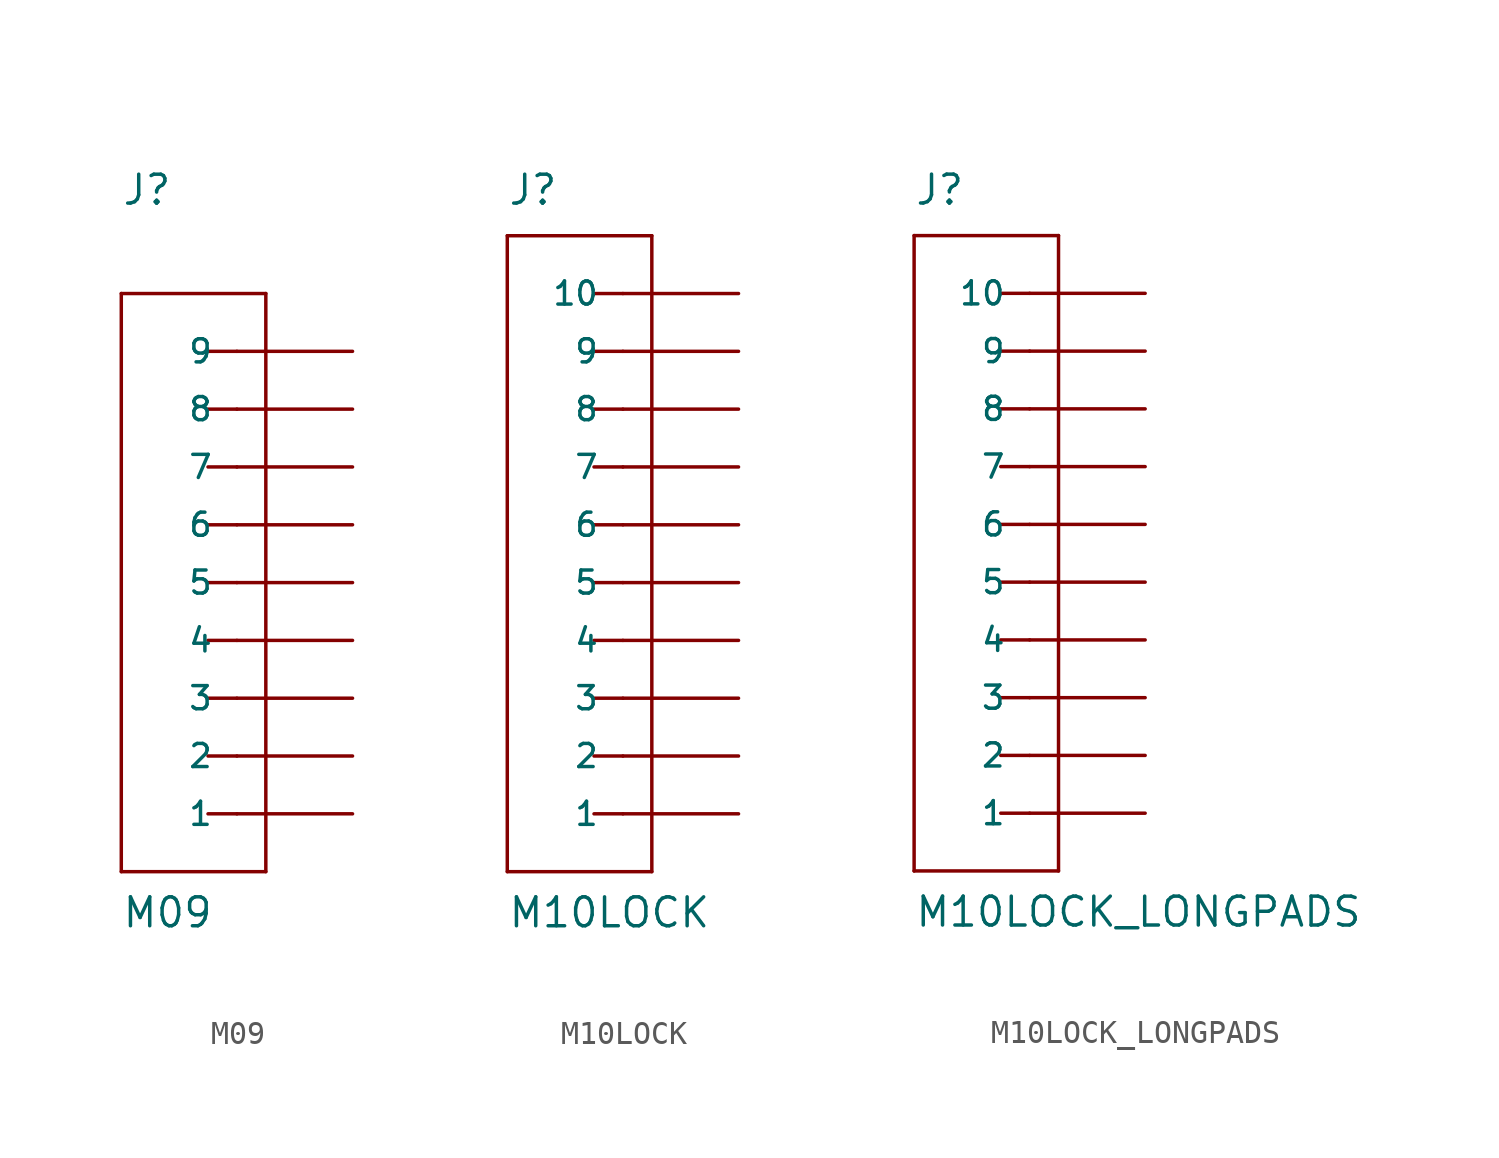
<source format=kicad_sym>
(kicad_symbol_lib
  (version 20211014)
  (generator kicad_symbol_editor)
  (symbol "M09"
    (pin_numbers hide)
    (pin_names
      (offset 1.016))
    (property "Reference" "J"
      (at 0 16.51 0)
      (effects (font (size 1.27 1.27)) (justify left bottom)))
    (property "Value" "M09"
      (at 0 -15.24 0)
      (effects (font (size 1.27 1.27)) (justify left bottom)))
    (property "Datasheet" ""
      (at 0 0 0)
      (effects (font (size 1.524 1.524))))
    (property "ki_locked" ""
      (at 0 0 0)
      (effects (font (size 1.27 1.27))))
    (symbol "M09_1_0"
      (polyline (pts (xy 0 12.7) (xy 0 -12.7)) (stroke (width 0) (type default) (color 0 0 0 0)) (fill (type none)))
      (polyline (pts (xy 0 12.7) (xy 6.35 12.7)) (stroke (width 0) (type default) (color 0 0 0 0)) (fill (type none)))
      (polyline (pts (xy 3.81 -10.16) (xy 5.08 -10.16)) (stroke (width 0) (type default) (color 0 0 0 0)) (fill (type none)))
      (polyline (pts (xy 3.81 -7.62) (xy 5.08 -7.62)) (stroke (width 0) (type default) (color 0 0 0 0)) (fill (type none)))
      (polyline (pts (xy 3.81 -5.08) (xy 5.08 -5.08)) (stroke (width 0) (type default) (color 0 0 0 0)) (fill (type none)))
      (polyline (pts (xy 3.81 -2.54) (xy 5.08 -2.54)) (stroke (width 0) (type default) (color 0 0 0 0)) (fill (type none)))
      (polyline (pts (xy 3.81 0) (xy 5.08 0)) (stroke (width 0) (type default) (color 0 0 0 0)) (fill (type none)))
      (polyline (pts (xy 3.81 2.54) (xy 5.08 2.54)) (stroke (width 0) (type default) (color 0 0 0 0)) (fill (type none)))
      (polyline (pts (xy 3.81 5.08) (xy 5.08 5.08)) (stroke (width 0) (type default) (color 0 0 0 0)) (fill (type none)))
      (polyline (pts (xy 3.81 7.62) (xy 5.08 7.62)) (stroke (width 0) (type default) (color 0 0 0 0)) (fill (type none)))
      (polyline (pts (xy 3.81 10.16) (xy 5.08 10.16)) (stroke (width 0) (type default) (color 0 0 0 0)) (fill (type none)))
      (polyline (pts (xy 6.35 -12.7) (xy 0 -12.7)) (stroke (width 0) (type default) (color 0 0 0 0)) (fill (type none)))
      (polyline (pts (xy 6.35 -12.7) (xy 6.35 12.7)) (stroke (width 0) (type default) (color 0 0 0 0)) (fill (type none))))
    (symbol "M09_1_1"
      (pin passive line (at 10.16 -10.16 180) (length 5.08) (name "1" (effects (font (size 1.016 1.016)))) (number "1" (effects (font (size 1.016 1.016)))))
      (pin passive line (at 10.16 -7.62 180) (length 5.08) (name "2" (effects (font (size 1.016 1.016)))) (number "2" (effects (font (size 1.016 1.016)))))
      (pin passive line (at 10.16 -5.08 180) (length 5.08) (name "3" (effects (font (size 1.016 1.016)))) (number "3" (effects (font (size 1.016 1.016)))))
      (pin passive line (at 10.16 -2.54 180) (length 5.08) (name "4" (effects (font (size 1.016 1.016)))) (number "4" (effects (font (size 1.016 1.016)))))
      (pin passive line (at 10.16 0 180) (length 5.08) (name "5" (effects (font (size 1.016 1.016)))) (number "5" (effects (font (size 1.016 1.016)))))
      (pin passive line (at 10.16 2.54 180) (length 5.08) (name "6" (effects (font (size 1.016 1.016)))) (number "6" (effects (font (size 1.016 1.016)))))
      (pin passive line (at 10.16 5.08 180) (length 5.08) (name "7" (effects (font (size 1.016 1.016)))) (number "7" (effects (font (size 1.016 1.016)))))
      (pin passive line (at 10.16 7.62 180) (length 5.08) (name "8" (effects (font (size 1.016 1.016)))) (number "8" (effects (font (size 1.016 1.016)))))
      (pin passive line (at 10.16 10.16 180) (length 5.08) (name "9" (effects (font (size 1.016 1.016)))) (number "9" (effects (font (size 1.016 1.016)))))))
  (symbol "M10LOCK"
    (pin_numbers hide)
    (pin_names
      (offset 1.016))
    (property "Reference" "J"
      (at 0 8.89 0)
      (effects (font (size 1.27 1.27)) (justify left bottom)))
    (property "Value" "M10LOCK"
      (at 0 -22.86 0)
      (effects (font (size 1.27 1.27)) (justify left bottom)))
    (property "Datasheet" ""
      (at 0 0 0)
      (effects (font (size 1.524 1.524))))
    (property "ki_locked" ""
      (at 0 0 0)
      (effects (font (size 1.27 1.27))))
    (symbol "M10LOCK_1_0"
      (polyline (pts (xy 0 7.62) (xy 0 -20.32)) (stroke (width 0) (type default) (color 0 0 0 0)) (fill (type none)))
      (polyline (pts (xy 0 7.62) (xy 6.35 7.62)) (stroke (width 0) (type default) (color 0 0 0 0)) (fill (type none)))
      (polyline (pts (xy 3.81 -17.78) (xy 5.08 -17.78)) (stroke (width 0) (type default) (color 0 0 0 0)) (fill (type none)))
      (polyline (pts (xy 3.81 -15.24) (xy 5.08 -15.24)) (stroke (width 0) (type default) (color 0 0 0 0)) (fill (type none)))
      (polyline (pts (xy 3.81 -12.7) (xy 5.08 -12.7)) (stroke (width 0) (type default) (color 0 0 0 0)) (fill (type none)))
      (polyline (pts (xy 3.81 -10.16) (xy 5.08 -10.16)) (stroke (width 0) (type default) (color 0 0 0 0)) (fill (type none)))
      (polyline (pts (xy 3.81 -7.62) (xy 5.08 -7.62)) (stroke (width 0) (type default) (color 0 0 0 0)) (fill (type none)))
      (polyline (pts (xy 3.81 -5.08) (xy 5.08 -5.08)) (stroke (width 0) (type default) (color 0 0 0 0)) (fill (type none)))
      (polyline (pts (xy 3.81 -2.54) (xy 5.08 -2.54)) (stroke (width 0) (type default) (color 0 0 0 0)) (fill (type none)))
      (polyline (pts (xy 3.81 0) (xy 5.08 0)) (stroke (width 0) (type default) (color 0 0 0 0)) (fill (type none)))
      (polyline (pts (xy 3.81 2.54) (xy 5.08 2.54)) (stroke (width 0) (type default) (color 0 0 0 0)) (fill (type none)))
      (polyline (pts (xy 3.81 5.08) (xy 5.08 5.08)) (stroke (width 0) (type default) (color 0 0 0 0)) (fill (type none)))
      (polyline (pts (xy 6.35 -20.32) (xy 0 -20.32)) (stroke (width 0) (type default) (color 0 0 0 0)) (fill (type none)))
      (polyline (pts (xy 6.35 -20.32) (xy 6.35 7.62)) (stroke (width 0) (type default) (color 0 0 0 0)) (fill (type none))))
    (symbol "M10LOCK_1_1"
      (pin passive line (at 10.16 -17.78 180) (length 5.08) (name "1" (effects (font (size 1.016 1.016)))) (number "1" (effects (font (size 1.016 1.016)))))
      (pin passive line (at 10.16 5.08 180) (length 5.08) (name "10" (effects (font (size 1.016 1.016)))) (number "10" (effects (font (size 1.016 1.016)))))
      (pin passive line (at 10.16 -15.24 180) (length 5.08) (name "2" (effects (font (size 1.016 1.016)))) (number "2" (effects (font (size 1.016 1.016)))))
      (pin passive line (at 10.16 -12.7 180) (length 5.08) (name "3" (effects (font (size 1.016 1.016)))) (number "3" (effects (font (size 1.016 1.016)))))
      (pin passive line (at 10.16 -10.16 180) (length 5.08) (name "4" (effects (font (size 1.016 1.016)))) (number "4" (effects (font (size 1.016 1.016)))))
      (pin passive line (at 10.16 -7.62 180) (length 5.08) (name "5" (effects (font (size 1.016 1.016)))) (number "5" (effects (font (size 1.016 1.016)))))
      (pin passive line (at 10.16 -5.08 180) (length 5.08) (name "6" (effects (font (size 1.016 1.016)))) (number "6" (effects (font (size 1.016 1.016)))))
      (pin passive line (at 10.16 -2.54 180) (length 5.08) (name "7" (effects (font (size 1.016 1.016)))) (number "7" (effects (font (size 1.016 1.016)))))
      (pin passive line (at 10.16 0 180) (length 5.08) (name "8" (effects (font (size 1.016 1.016)))) (number "8" (effects (font (size 1.016 1.016)))))
      (pin passive line (at 10.16 2.54 180) (length 5.08) (name "9" (effects (font (size 1.016 1.016)))) (number "9" (effects (font (size 1.016 1.016)))))))
  (symbol "M10LOCK_LONGPADS"
    (pin_numbers hide)
    (pin_names
      (offset 1.016))
    (property "Reference" "J"
      (at 0 8.89 0)
      (effects (font (size 1.27 1.27)) (justify left bottom)))
    (property "Value" "M10LOCK_LONGPADS"
      (at 0 -22.86 0)
      (effects (font (size 1.27 1.27)) (justify left bottom)))
    (property "Datasheet" ""
      (at 0 0 0)
      (effects (font (size 1.524 1.524))))
    (property "ki_locked" ""
      (at 0 0 0)
      (effects (font (size 1.27 1.27))))
    (symbol "M10LOCK_LONGPADS_1_0"
      (polyline (pts (xy 0 7.62) (xy 0 -20.32)) (stroke (width 0) (type default) (color 0 0 0 0)) (fill (type none)))
      (polyline (pts (xy 0 7.62) (xy 6.35 7.62)) (stroke (width 0) (type default) (color 0 0 0 0)) (fill (type none)))
      (polyline (pts (xy 3.81 -17.78) (xy 5.08 -17.78)) (stroke (width 0) (type default) (color 0 0 0 0)) (fill (type none)))
      (polyline (pts (xy 3.81 -15.24) (xy 5.08 -15.24)) (stroke (width 0) (type default) (color 0 0 0 0)) (fill (type none)))
      (polyline (pts (xy 3.81 -12.7) (xy 5.08 -12.7)) (stroke (width 0) (type default) (color 0 0 0 0)) (fill (type none)))
      (polyline (pts (xy 3.81 -10.16) (xy 5.08 -10.16)) (stroke (width 0) (type default) (color 0 0 0 0)) (fill (type none)))
      (polyline (pts (xy 3.81 -7.62) (xy 5.08 -7.62)) (stroke (width 0) (type default) (color 0 0 0 0)) (fill (type none)))
      (polyline (pts (xy 3.81 -5.08) (xy 5.08 -5.08)) (stroke (width 0) (type default) (color 0 0 0 0)) (fill (type none)))
      (polyline (pts (xy 3.81 -2.54) (xy 5.08 -2.54)) (stroke (width 0) (type default) (color 0 0 0 0)) (fill (type none)))
      (polyline (pts (xy 3.81 0) (xy 5.08 0)) (stroke (width 0) (type default) (color 0 0 0 0)) (fill (type none)))
      (polyline (pts (xy 3.81 2.54) (xy 5.08 2.54)) (stroke (width 0) (type default) (color 0 0 0 0)) (fill (type none)))
      (polyline (pts (xy 3.81 5.08) (xy 5.08 5.08)) (stroke (width 0) (type default) (color 0 0 0 0)) (fill (type none)))
      (polyline (pts (xy 6.35 -20.32) (xy 0 -20.32)) (stroke (width 0) (type default) (color 0 0 0 0)) (fill (type none)))
      (polyline (pts (xy 6.35 -20.32) (xy 6.35 7.62)) (stroke (width 0) (type default) (color 0 0 0 0)) (fill (type none))))
    (symbol "M10LOCK_LONGPADS_1_1"
      (pin passive line (at 10.16 -17.78 180) (length 5.08) (name "1" (effects (font (size 1.016 1.016)))) (number "1" (effects (font (size 1.016 1.016)))))
      (pin passive line (at 10.16 5.08 180) (length 5.08) (name "10" (effects (font (size 1.016 1.016)))) (number "10" (effects (font (size 1.016 1.016)))))
      (pin passive line (at 10.16 -15.24 180) (length 5.08) (name "2" (effects (font (size 1.016 1.016)))) (number "2" (effects (font (size 1.016 1.016)))))
      (pin passive line (at 10.16 -12.7 180) (length 5.08) (name "3" (effects (font (size 1.016 1.016)))) (number "3" (effects (font (size 1.016 1.016)))))
      (pin passive line (at 10.16 -10.16 180) (length 5.08) (name "4" (effects (font (size 1.016 1.016)))) (number "4" (effects (font (size 1.016 1.016)))))
      (pin passive line (at 10.16 -7.62 180) (length 5.08) (name "5" (effects (font (size 1.016 1.016)))) (number "5" (effects (font (size 1.016 1.016)))))
      (pin passive line (at 10.16 -5.08 180) (length 5.08) (name "6" (effects (font (size 1.016 1.016)))) (number "6" (effects (font (size 1.016 1.016)))))
      (pin passive line (at 10.16 -2.54 180) (length 5.08) (name "7" (effects (font (size 1.016 1.016)))) (number "7" (effects (font (size 1.016 1.016)))))
      (pin passive line (at 10.16 0 180) (length 5.08) (name "8" (effects (font (size 1.016 1.016)))) (number "8" (effects (font (size 1.016 1.016)))))
      (pin passive line (at 10.16 2.54 180) (length 5.08) (name "9" (effects (font (size 1.016 1.016)))) (number "9" (effects (font (size 1.016 1.016))))))))
</source>
